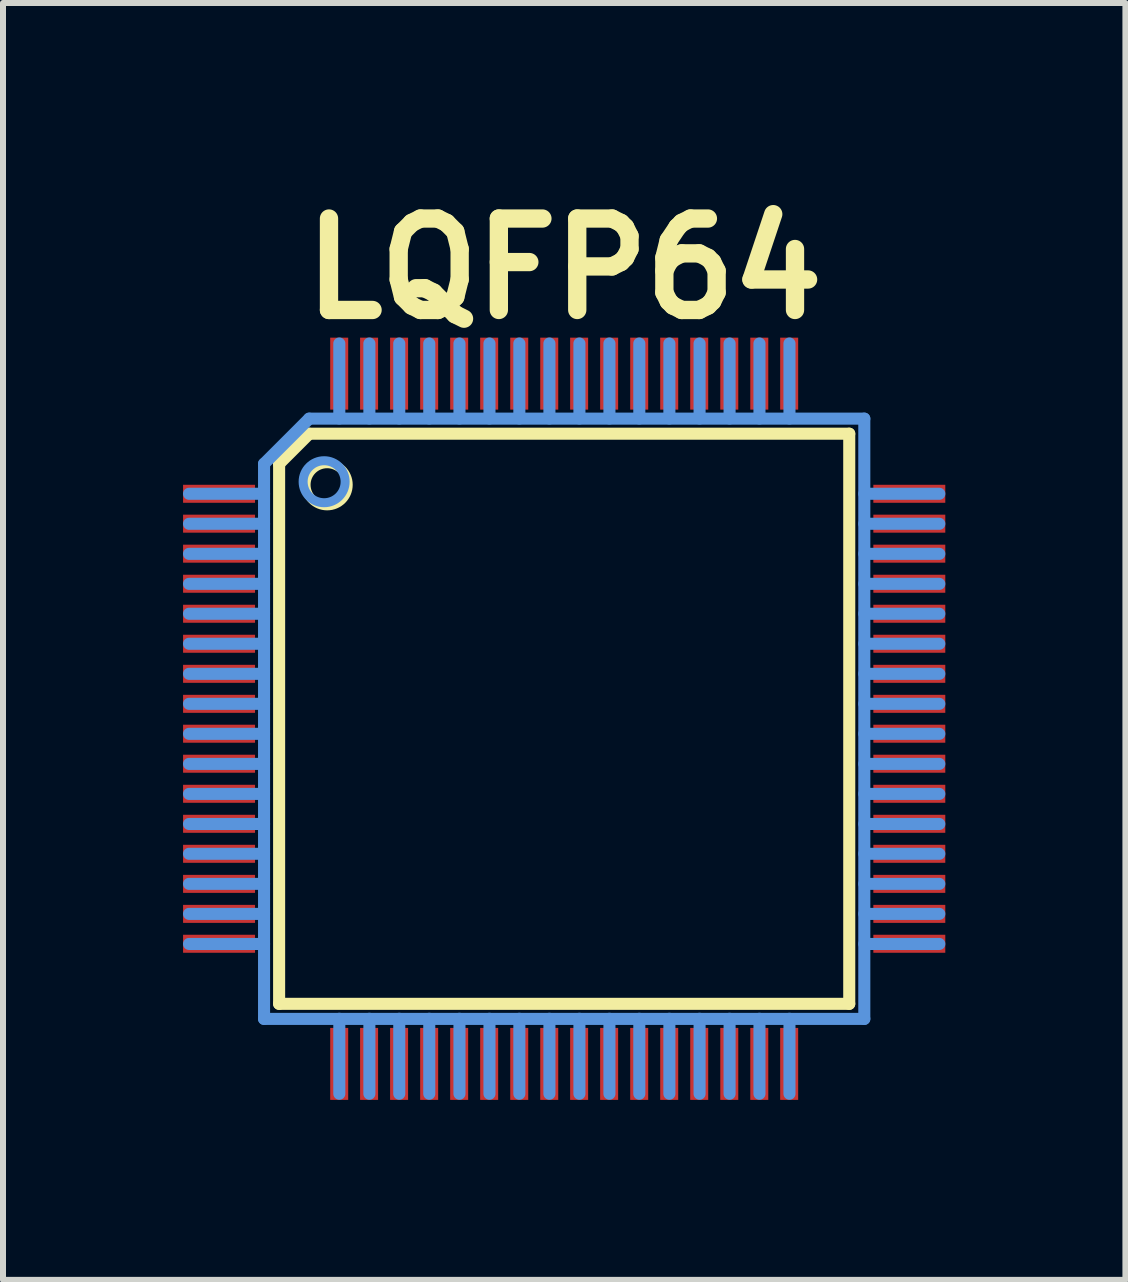
<source format=kicad_pcb>
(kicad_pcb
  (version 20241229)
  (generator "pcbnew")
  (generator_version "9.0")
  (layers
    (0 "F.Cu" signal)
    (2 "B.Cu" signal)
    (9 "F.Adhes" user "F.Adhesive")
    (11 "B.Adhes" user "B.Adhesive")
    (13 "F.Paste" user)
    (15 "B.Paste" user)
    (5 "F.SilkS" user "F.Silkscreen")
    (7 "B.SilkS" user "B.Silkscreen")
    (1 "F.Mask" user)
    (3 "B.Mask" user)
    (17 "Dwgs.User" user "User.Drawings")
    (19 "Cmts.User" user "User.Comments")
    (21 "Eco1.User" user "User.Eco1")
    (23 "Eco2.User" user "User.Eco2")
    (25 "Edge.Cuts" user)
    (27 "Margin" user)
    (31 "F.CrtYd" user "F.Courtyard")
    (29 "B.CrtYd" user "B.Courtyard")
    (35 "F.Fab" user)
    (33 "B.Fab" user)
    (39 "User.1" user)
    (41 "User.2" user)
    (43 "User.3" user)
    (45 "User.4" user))
  (footprint "LQFP64"
    (layer "F.Cu")
    (at 6.351 8.927)
    (property "Reference" "LQFP64" (at 0 -7.501 0) (layer "F.SilkS") (effects (font (size 1.524 1.524) (thickness 0.305))))
    (attr through_hole)
    (fp_line (start -4.75 -4.249) (end -4.75 4.75) (stroke (width 0.201) (type solid)) (layer "F.SilkS"))
    (fp_line (start -4.75 4.75) (end 4.75 4.75) (stroke (width 0.201) (type solid)) (layer "F.SilkS"))
    (fp_line (start -4.249 -4.75) (end -4.75 -4.249) (stroke (width 0.201) (type solid)) (layer "F.SilkS"))
    (fp_line (start 4.75 -4.75) (end -4.249 -4.75) (stroke (width 0.201) (type solid)) (layer "F.SilkS"))
    (fp_line (start 4.75 4.75) (end 4.75 -4.75) (stroke (width 0.201) (type solid)) (layer "F.SilkS"))
    (fp_circle (center -3.95 -3.899) (end -3.599 -3.899) (stroke (width 0.15) (type solid)) (fill no) (layer "F.SilkS"))
    (fp_line (start -5.001 -4.249) (end -5.001 5.001) (stroke (width 0.201) (type solid)) (layer "Cmts.User"))
    (fp_line (start -5.001 -3.749) (end -6.251 -3.749) (stroke (width 0.201) (type solid)) (layer "Cmts.User"))
    (fp_line (start -5.001 -3.249) (end -6.251 -3.249) (stroke (width 0.201) (type solid)) (layer "Cmts.User"))
    (fp_line (start -5.001 -2.748) (end -6.251 -2.748) (stroke (width 0.201) (type solid)) (layer "Cmts.User"))
    (fp_line (start -5.001 -2.248) (end -6.251 -2.248) (stroke (width 0.201) (type solid)) (layer "Cmts.User"))
    (fp_line (start -5.001 -1.75) (end -6.251 -1.75) (stroke (width 0.201) (type solid)) (layer "Cmts.User"))
    (fp_line (start -5.001 -1.25) (end -6.251 -1.25) (stroke (width 0.201) (type solid)) (layer "Cmts.User"))
    (fp_line (start -5.001 -0.749) (end -6.251 -0.749) (stroke (width 0.201) (type solid)) (layer "Cmts.User"))
    (fp_line (start -5.001 -0.249) (end -6.251 -0.249) (stroke (width 0.201) (type solid)) (layer "Cmts.User"))
    (fp_line (start -5.001 0.251) (end -6.251 0.251) (stroke (width 0.201) (type solid)) (layer "Cmts.User"))
    (fp_line (start -5.001 0.752) (end -6.251 0.752) (stroke (width 0.201) (type solid)) (layer "Cmts.User"))
    (fp_line (start -5.001 1.252) (end -6.251 1.252) (stroke (width 0.201) (type solid)) (layer "Cmts.User"))
    (fp_line (start -5.001 1.753) (end -6.251 1.753) (stroke (width 0.201) (type solid)) (layer "Cmts.User"))
    (fp_line (start -5.001 2.25) (end -6.251 2.25) (stroke (width 0.201) (type solid)) (layer "Cmts.User"))
    (fp_line (start -5.001 2.751) (end -6.251 2.751) (stroke (width 0.201) (type solid)) (layer "Cmts.User"))
    (fp_line (start -5.001 3.251) (end -6.251 3.251) (stroke (width 0.201) (type solid)) (layer "Cmts.User"))
    (fp_line (start -5.001 3.752) (end -6.251 3.752) (stroke (width 0.201) (type solid)) (layer "Cmts.User"))
    (fp_line (start -5.001 5.001) (end 5.001 5.001) (stroke (width 0.201) (type solid)) (layer "Cmts.User"))
    (fp_line (start -4.249 -5.001) (end -5.001 -4.249) (stroke (width 0.201) (type solid)) (layer "Cmts.User"))
    (fp_line (start -3.747 -6.253) (end -3.747 -5.004) (stroke (width 0.201) (type solid)) (layer "Cmts.User"))
    (fp_line (start -3.747 4.999) (end -3.747 6.248) (stroke (width 0.201) (type solid)) (layer "Cmts.User"))
    (fp_line (start -3.246 -6.253) (end -3.246 -5.004) (stroke (width 0.201) (type solid)) (layer "Cmts.User"))
    (fp_line (start -3.246 4.999) (end -3.246 6.248) (stroke (width 0.201) (type solid)) (layer "Cmts.User"))
    (fp_line (start -2.748 -6.253) (end -2.748 -5.004) (stroke (width 0.201) (type solid)) (layer "Cmts.User"))
    (fp_line (start -2.748 4.999) (end -2.748 6.248) (stroke (width 0.201) (type solid)) (layer "Cmts.User"))
    (fp_line (start -2.248 -6.253) (end -2.248 -5.004) (stroke (width 0.201) (type solid)) (layer "Cmts.User"))
    (fp_line (start -2.248 4.999) (end -2.248 6.248) (stroke (width 0.201) (type solid)) (layer "Cmts.User"))
    (fp_line (start -1.745 -6.253) (end -1.745 -5.004) (stroke (width 0.201) (type solid)) (layer "Cmts.User"))
    (fp_line (start -1.745 4.999) (end -1.745 6.248) (stroke (width 0.201) (type solid)) (layer "Cmts.User"))
    (fp_line (start -1.245 -6.253) (end -1.245 -5.004) (stroke (width 0.201) (type solid)) (layer "Cmts.User"))
    (fp_line (start -1.245 4.999) (end -1.245 6.248) (stroke (width 0.201) (type solid)) (layer "Cmts.User"))
    (fp_line (start -0.747 -6.253) (end -0.747 -5.004) (stroke (width 0.201) (type solid)) (layer "Cmts.User"))
    (fp_line (start -0.747 4.999) (end -0.747 6.248) (stroke (width 0.201) (type solid)) (layer "Cmts.User"))
    (fp_line (start -0.246 -6.253) (end -0.246 -5.004) (stroke (width 0.201) (type solid)) (layer "Cmts.User"))
    (fp_line (start -0.246 4.999) (end -0.246 6.248) (stroke (width 0.201) (type solid)) (layer "Cmts.User"))
    (fp_line (start 0.254 -6.253) (end 0.254 -5.004) (stroke (width 0.201) (type solid)) (layer "Cmts.User"))
    (fp_line (start 0.254 4.999) (end 0.254 6.248) (stroke (width 0.201) (type solid)) (layer "Cmts.User"))
    (fp_line (start 0.754 -6.253) (end 0.754 -5.004) (stroke (width 0.201) (type solid)) (layer "Cmts.User"))
    (fp_line (start 0.754 4.999) (end 0.754 6.248) (stroke (width 0.201) (type solid)) (layer "Cmts.User"))
    (fp_line (start 1.252 -6.253) (end 1.252 -5.004) (stroke (width 0.201) (type solid)) (layer "Cmts.User"))
    (fp_line (start 1.252 4.999) (end 1.252 6.248) (stroke (width 0.201) (type solid)) (layer "Cmts.User"))
    (fp_line (start 1.753 -6.253) (end 1.753 -5.004) (stroke (width 0.201) (type solid)) (layer "Cmts.User"))
    (fp_line (start 1.753 4.999) (end 1.753 6.248) (stroke (width 0.201) (type solid)) (layer "Cmts.User"))
    (fp_line (start 2.256 -6.253) (end 2.256 -5.004) (stroke (width 0.201) (type solid)) (layer "Cmts.User"))
    (fp_line (start 2.256 4.999) (end 2.256 6.248) (stroke (width 0.201) (type solid)) (layer "Cmts.User"))
    (fp_line (start 2.756 -6.253) (end 2.756 -5.004) (stroke (width 0.201) (type solid)) (layer "Cmts.User"))
    (fp_line (start 2.756 4.999) (end 2.756 6.248) (stroke (width 0.201) (type solid)) (layer "Cmts.User"))
    (fp_line (start 3.254 -6.253) (end 3.254 -5.004) (stroke (width 0.201) (type solid)) (layer "Cmts.User"))
    (fp_line (start 3.254 4.999) (end 3.254 6.248) (stroke (width 0.201) (type solid)) (layer "Cmts.User"))
    (fp_line (start 3.754 -6.253) (end 3.754 -5.004) (stroke (width 0.201) (type solid)) (layer "Cmts.User"))
    (fp_line (start 3.754 4.999) (end 3.754 6.248) (stroke (width 0.201) (type solid)) (layer "Cmts.User"))
    (fp_line (start 5.001 -5.001) (end -4.249 -5.001) (stroke (width 0.201) (type solid)) (layer "Cmts.User"))
    (fp_line (start 5.001 5.001) (end 5.001 -5.001) (stroke (width 0.201) (type solid)) (layer "Cmts.User"))
    (fp_line (start 6.251 -3.749) (end 5.001 -3.749) (stroke (width 0.201) (type solid)) (layer "Cmts.User"))
    (fp_line (start 6.251 -3.249) (end 5.001 -3.249) (stroke (width 0.201) (type solid)) (layer "Cmts.User"))
    (fp_line (start 6.251 -2.748) (end 5.001 -2.748) (stroke (width 0.201) (type solid)) (layer "Cmts.User"))
    (fp_line (start 6.251 -2.248) (end 5.001 -2.248) (stroke (width 0.201) (type solid)) (layer "Cmts.User"))
    (fp_line (start 6.251 -1.75) (end 5.001 -1.75) (stroke (width 0.201) (type solid)) (layer "Cmts.User"))
    (fp_line (start 6.251 -1.25) (end 5.001 -1.25) (stroke (width 0.201) (type solid)) (layer "Cmts.User"))
    (fp_line (start 6.251 -0.749) (end 5.001 -0.749) (stroke (width 0.201) (type solid)) (layer "Cmts.User"))
    (fp_line (start 6.251 -0.249) (end 5.001 -0.249) (stroke (width 0.201) (type solid)) (layer "Cmts.User"))
    (fp_line (start 6.251 0.251) (end 5.001 0.251) (stroke (width 0.201) (type solid)) (layer "Cmts.User"))
    (fp_line (start 6.251 0.752) (end 5.001 0.752) (stroke (width 0.201) (type solid)) (layer "Cmts.User"))
    (fp_line (start 6.251 1.252) (end 5.001 1.252) (stroke (width 0.201) (type solid)) (layer "Cmts.User"))
    (fp_line (start 6.251 1.753) (end 5.001 1.753) (stroke (width 0.201) (type solid)) (layer "Cmts.User"))
    (fp_line (start 6.251 2.25) (end 5.001 2.25) (stroke (width 0.201) (type solid)) (layer "Cmts.User"))
    (fp_line (start 6.251 2.751) (end 5.001 2.751) (stroke (width 0.201) (type solid)) (layer "Cmts.User"))
    (fp_line (start 6.251 3.251) (end 5.001 3.251) (stroke (width 0.201) (type solid)) (layer "Cmts.User"))
    (fp_line (start 6.251 3.752) (end 5.001 3.752) (stroke (width 0.201) (type solid)) (layer "Cmts.User"))
    (fp_circle (center -4 -3.95) (end -3.65 -3.95) (stroke (width 0.15) (type solid)) (fill no) (layer "Cmts.User"))
    (pad "1" smd rect (at -5.751 -3.749) (size 1.199 0.3) (layers "F.Cu" "F.Mask" "F.Paste"))
    (pad "2" smd rect (at -5.751 -3.251) (size 1.199 0.3) (layers "F.Cu" "F.Mask" "F.Paste"))
    (pad "3" smd rect (at -5.751 -2.751) (size 1.199 0.3) (layers "F.Cu" "F.Mask" "F.Paste"))
    (pad "4" smd rect (at -5.751 -2.25) (size 1.199 0.3) (layers "F.Cu" "F.Mask" "F.Paste"))
    (pad "5" smd rect (at -5.751 -1.75) (size 1.199 0.3) (layers "F.Cu" "F.Mask" "F.Paste"))
    (pad "6" smd rect (at -5.751 -1.25) (size 1.199 0.3) (layers "F.Cu" "F.Mask" "F.Paste"))
    (pad "7" smd rect (at -5.751 -0.749) (size 1.199 0.3) (layers "F.Cu" "F.Mask" "F.Paste"))
    (pad "8" smd rect (at -5.751 -0.249) (size 1.199 0.3) (layers "F.Cu" "F.Mask" "F.Paste"))
    (pad "9" smd rect (at -5.751 0.249) (size 1.199 0.3) (layers "F.Cu" "F.Mask" "F.Paste"))
    (pad "10" smd rect (at -5.751 0.749) (size 1.199 0.3) (layers "F.Cu" "F.Mask" "F.Paste"))
    (pad "11" smd rect (at -5.751 1.25) (size 1.199 0.3) (layers "F.Cu" "F.Mask" "F.Paste"))
    (pad "12" smd rect (at -5.751 1.75) (size 1.199 0.3) (layers "F.Cu" "F.Mask" "F.Paste"))
    (pad "13" smd rect (at -5.751 2.25) (size 1.199 0.3) (layers "F.Cu" "F.Mask" "F.Paste"))
    (pad "14" smd rect (at -5.751 2.751) (size 1.199 0.3) (layers "F.Cu" "F.Mask" "F.Paste"))
    (pad "15" smd rect (at -5.751 3.251) (size 1.199 0.3) (layers "F.Cu" "F.Mask" "F.Paste"))
    (pad "16" smd rect (at -5.751 3.749) (size 1.199 0.3) (layers "F.Cu" "F.Mask" "F.Paste"))
    (pad "17" smd rect (at -3.749 5.751 90) (size 1.199 0.3) (layers "F.Cu" "F.Mask" "F.Paste"))
    (pad "18" smd rect (at -3.251 5.751 90) (size 1.199 0.3) (layers "F.Cu" "F.Mask" "F.Paste"))
    (pad "19" smd rect (at -2.751 5.751 90) (size 1.199 0.3) (layers "F.Cu" "F.Mask" "F.Paste"))
    (pad "20" smd rect (at -2.25 5.751 90) (size 1.199 0.3) (layers "F.Cu" "F.Mask" "F.Paste"))
    (pad "21" smd rect (at -1.75 5.751 90) (size 1.199 0.3) (layers "F.Cu" "F.Mask" "F.Paste"))
    (pad "22" smd rect (at -1.25 5.751 90) (size 1.199 0.3) (layers "F.Cu" "F.Mask" "F.Paste"))
    (pad "23" smd rect (at -0.749 5.751 90) (size 1.199 0.3) (layers "F.Cu" "F.Mask" "F.Paste"))
    (pad "24" smd rect (at -0.249 5.751 90) (size 1.199 0.3) (layers "F.Cu" "F.Mask" "F.Paste"))
    (pad "25" smd rect (at 0.249 5.751 90) (size 1.199 0.3) (layers "F.Cu" "F.Mask" "F.Paste"))
    (pad "26" smd rect (at 0.749 5.751 90) (size 1.199 0.3) (layers "F.Cu" "F.Mask" "F.Paste"))
    (pad "27" smd rect (at 1.25 5.751 90) (size 1.199 0.3) (layers "F.Cu" "F.Mask" "F.Paste"))
    (pad "28" smd rect (at 1.75 5.751 90) (size 1.199 0.3) (layers "F.Cu" "F.Mask" "F.Paste"))
    (pad "29" smd rect (at 2.25 5.751 90) (size 1.199 0.3) (layers "F.Cu" "F.Mask" "F.Paste"))
    (pad "30" smd rect (at 2.751 5.751 90) (size 1.199 0.3) (layers "F.Cu" "F.Mask" "F.Paste"))
    (pad "31" smd rect (at 3.251 5.751 90) (size 1.199 0.3) (layers "F.Cu" "F.Mask" "F.Paste"))
    (pad "32" smd rect (at 3.749 5.751 90) (size 1.199 0.3) (layers "F.Cu" "F.Mask" "F.Paste"))
    (pad "33" smd rect (at 5.751 3.749 180) (size 1.199 0.3) (layers "F.Cu" "F.Mask" "F.Paste"))
    (pad "34" smd rect (at 5.751 3.251 180) (size 1.199 0.3) (layers "F.Cu" "F.Mask" "F.Paste"))
    (pad "35" smd rect (at 5.751 2.751 180) (size 1.199 0.3) (layers "F.Cu" "F.Mask" "F.Paste"))
    (pad "36" smd rect (at 5.751 2.25 180) (size 1.199 0.3) (layers "F.Cu" "F.Mask" "F.Paste"))
    (pad "37" smd rect (at 5.751 1.75 180) (size 1.199 0.3) (layers "F.Cu" "F.Mask" "F.Paste"))
    (pad "38" smd rect (at 5.751 1.25 180) (size 1.199 0.3) (layers "F.Cu" "F.Mask" "F.Paste"))
    (pad "39" smd rect (at 5.751 0.749 180) (size 1.199 0.3) (layers "F.Cu" "F.Mask" "F.Paste"))
    (pad "40" smd rect (at 5.751 0.249 180) (size 1.199 0.3) (layers "F.Cu" "F.Mask" "F.Paste"))
    (pad "41" smd rect (at 5.751 -0.249 180) (size 1.199 0.3) (layers "F.Cu" "F.Mask" "F.Paste"))
    (pad "42" smd rect (at 5.751 -0.749 180) (size 1.199 0.3) (layers "F.Cu" "F.Mask" "F.Paste"))
    (pad "43" smd rect (at 5.751 -1.25 180) (size 1.199 0.3) (layers "F.Cu" "F.Mask" "F.Paste"))
    (pad "44" smd rect (at 5.751 -1.75 180) (size 1.199 0.3) (layers "F.Cu" "F.Mask" "F.Paste"))
    (pad "45" smd rect (at 5.751 -2.25 180) (size 1.199 0.3) (layers "F.Cu" "F.Mask" "F.Paste"))
    (pad "46" smd rect (at 5.751 -2.751 180) (size 1.199 0.3) (layers "F.Cu" "F.Mask" "F.Paste"))
    (pad "47" smd rect (at 5.751 -3.251 180) (size 1.199 0.3) (layers "F.Cu" "F.Mask" "F.Paste"))
    (pad "48" smd rect (at 5.751 -3.749 180) (size 1.199 0.3) (layers "F.Cu" "F.Mask" "F.Paste"))
    (pad "49" smd rect (at 3.749 -5.751 270) (size 1.199 0.3) (layers "F.Cu" "F.Mask" "F.Paste"))
    (pad "50" smd rect (at 3.251 -5.751 270) (size 1.199 0.3) (layers "F.Cu" "F.Mask" "F.Paste"))
    (pad "51" smd rect (at 2.751 -5.751 270) (size 1.199 0.3) (layers "F.Cu" "F.Mask" "F.Paste"))
    (pad "52" smd rect (at 2.25 -5.751 270) (size 1.199 0.3) (layers "F.Cu" "F.Mask" "F.Paste"))
    (pad "53" smd rect (at 1.75 -5.751 270) (size 1.199 0.3) (layers "F.Cu" "F.Mask" "F.Paste"))
    (pad "54" smd rect (at 1.25 -5.751 270) (size 1.199 0.3) (layers "F.Cu" "F.Mask" "F.Paste"))
    (pad "55" smd rect (at 0.749 -5.751 270) (size 1.199 0.3) (layers "F.Cu" "F.Mask" "F.Paste"))
    (pad "56" smd rect (at 0.249 -5.751 270) (size 1.199 0.3) (layers "F.Cu" "F.Mask" "F.Paste"))
    (pad "57" smd rect (at -0.249 -5.751 270) (size 1.199 0.3) (layers "F.Cu" "F.Mask" "F.Paste"))
    (pad "58" smd rect (at -0.749 -5.751 270) (size 1.199 0.3) (layers "F.Cu" "F.Mask" "F.Paste"))
    (pad "59" smd rect (at -1.25 -5.751 270) (size 1.199 0.3) (layers "F.Cu" "F.Mask" "F.Paste"))
    (pad "60" smd rect (at -1.75 -5.751 270) (size 1.199 0.3) (layers "F.Cu" "F.Mask" "F.Paste"))
    (pad "61" smd rect (at -2.25 -5.751 270) (size 1.199 0.3) (layers "F.Cu" "F.Mask" "F.Paste"))
    (pad "62" smd rect (at -2.751 -5.751 270) (size 1.199 0.3) (layers "F.Cu" "F.Mask" "F.Paste"))
    (pad "63" smd rect (at -3.251 -5.751 270) (size 1.199 0.3) (layers "F.Cu" "F.Mask" "F.Paste"))
    (pad "64" smd rect (at -3.749 -5.751 270) (size 1.199 0.3) (layers "F.Cu" "F.Mask" "F.Paste")))
  (gr_rect
    (start -3 -3)
    (end 15.703 18.277)
    (stroke (width 0.1) (type default))
    (fill no)
    (layer "Edge.Cuts")))
</source>
